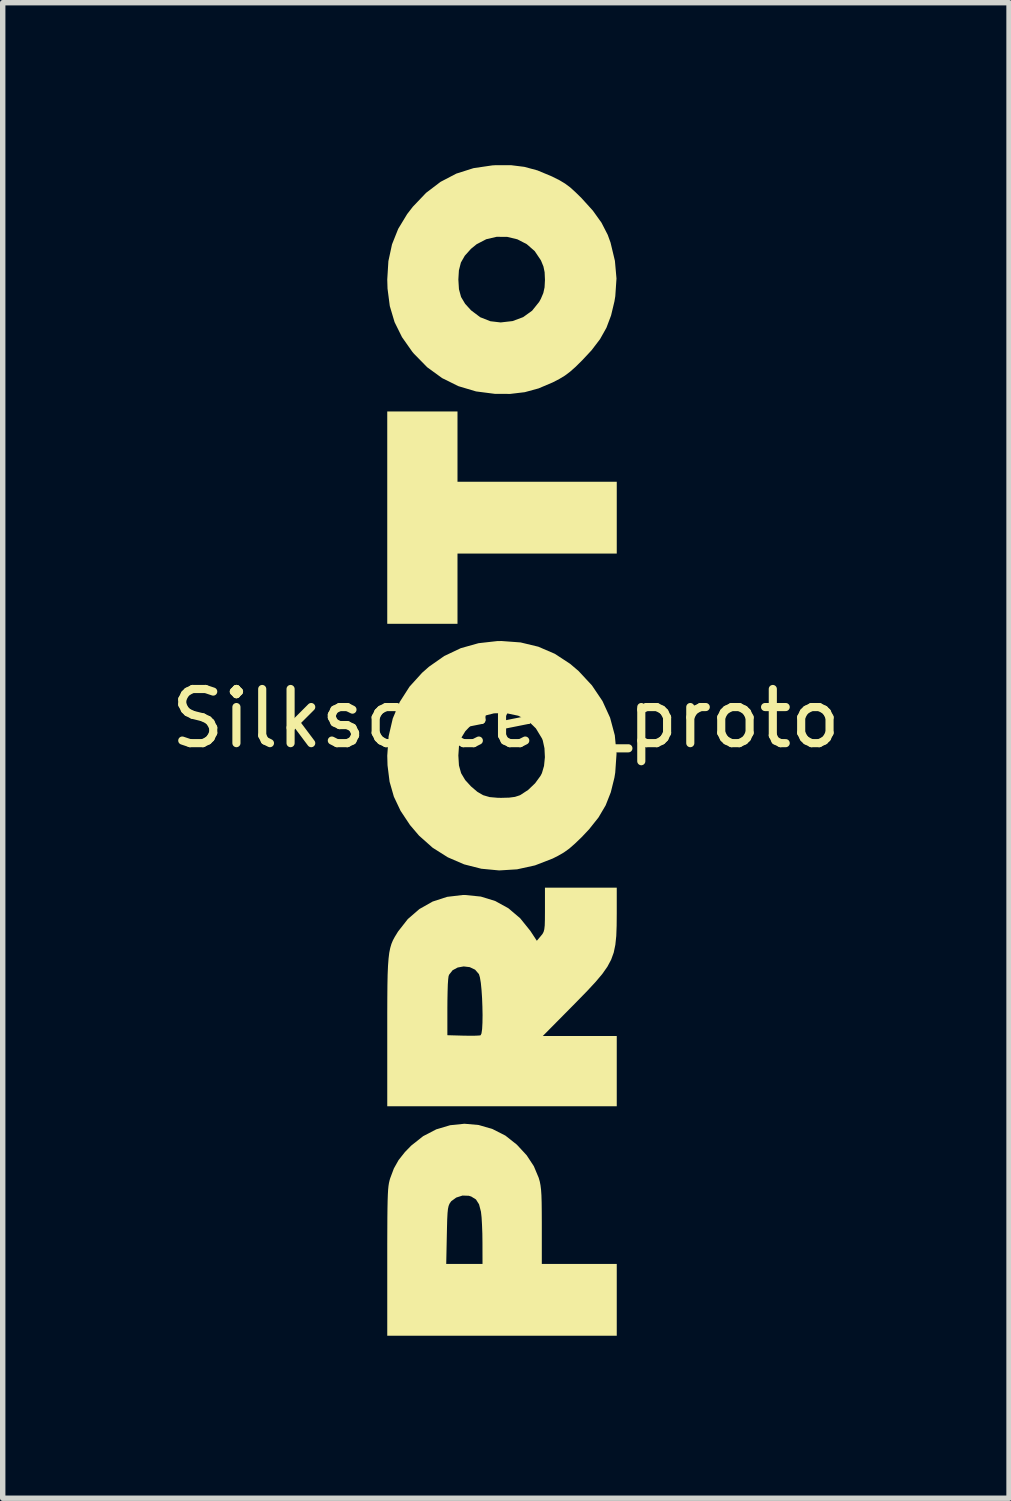
<source format=kicad_pcb>
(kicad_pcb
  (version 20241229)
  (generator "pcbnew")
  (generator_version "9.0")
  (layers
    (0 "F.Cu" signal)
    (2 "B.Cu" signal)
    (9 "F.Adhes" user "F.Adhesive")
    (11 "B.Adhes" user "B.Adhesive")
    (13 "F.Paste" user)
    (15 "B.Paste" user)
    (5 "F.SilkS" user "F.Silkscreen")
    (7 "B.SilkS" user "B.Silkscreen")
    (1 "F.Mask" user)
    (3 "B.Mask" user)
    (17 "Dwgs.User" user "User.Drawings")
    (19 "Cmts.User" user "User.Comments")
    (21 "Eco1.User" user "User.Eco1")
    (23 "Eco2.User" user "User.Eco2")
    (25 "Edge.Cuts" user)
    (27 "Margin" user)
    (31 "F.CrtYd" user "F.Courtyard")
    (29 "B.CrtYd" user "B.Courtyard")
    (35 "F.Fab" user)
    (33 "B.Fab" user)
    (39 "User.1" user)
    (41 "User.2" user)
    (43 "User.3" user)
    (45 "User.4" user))
  (footprint "Silkscreen_proto"
    (layer "F.Cu")
    (at 6.292 10.718)
    (property "Reference" "Silkscreen_proto" (at 0 -0.5 0) (unlocked yes) (layer "F.SilkS") (effects (font (size 1 1) (thickness 0.15))))
    (fp_poly (pts (xy -0.894 -6.17) (xy -0.894 -4.872) (xy 2.047 -4.872) (xy 2.047 -3.546) (xy -0.894 -3.546) (xy -0.894 -2.249) (xy -2.191 -2.249) (xy -2.191 -6.17)) (stroke (width 0) (type solid)) (fill yes) (layer "F.SilkS"))
    (fp_poly (pts (xy -2.191 9.212) (xy -2.19 8.945) (xy -2.189 8.724) (xy -2.187 8.545) (xy -2.184 8.401) (xy -2.18 8.288) (xy -2.175 8.2) (xy -2.168 8.131) (xy -2.159 8.075) (xy -2.148 8.028) (xy -2.137 7.99) (xy -2.069 7.809) (xy -1.982 7.654) (xy -1.864 7.505) (xy -1.749 7.387) (xy -1.528 7.212) (xy -1.285 7.086) (xy -1.029 7.01) (xy -0.766 6.983) (xy -0.504 7.006) (xy -0.249 7.08) (xy -0.009 7.202) (xy 0.202 7.369) (xy 0.384 7.566) (xy 0.516 7.767) (xy 0.606 7.982) (xy 0.608 7.989) (xy 0.626 8.052) (xy 0.639 8.12) (xy 0.649 8.201) (xy 0.656 8.303) (xy 0.66 8.436) (xy 0.662 8.609) (xy 0.663 8.829) (xy 0.663 8.868) (xy 0.663 9.572) (xy 2.047 9.572) (xy 2.047 10.898) (xy -0.432 10.898) (xy -0.432 9.572) (xy -0.433 9.175) (xy -0.435 9.012) (xy -0.441 8.852) (xy -0.449 8.713) (xy -0.46 8.613) (xy -0.461 8.606) (xy -0.496 8.471) (xy -0.553 8.381) (xy -0.64 8.327) (xy -0.685 8.313) (xy -0.801 8.309) (xy -0.917 8.346) (xy -1.009 8.413) (xy -1.02 8.428) (xy -1.042 8.461) (xy -1.058 8.501) (xy -1.07 8.556) (xy -1.078 8.635) (xy -1.084 8.748) (xy -1.088 8.903) (xy -1.091 9.04) (xy -1.102 9.572) (xy -0.432 9.572) (xy -0.432 10.898) (xy -2.191 10.898) (xy -2.191 9.531)) (stroke (width 0) (type solid)) (fill yes) (layer "F.SilkS"))
    (fp_poly (pts (xy -2.191 4.954) (xy -2.19 4.668) (xy -2.188 4.428) (xy -2.184 4.229) (xy -2.177 4.066) (xy -2.167 3.934) (xy -2.154 3.826) (xy -2.136 3.737) (xy -2.114 3.662) (xy -2.086 3.595) (xy -2.052 3.532) (xy -2.011 3.465) (xy -1.992 3.434) (xy -1.811 3.203) (xy -1.597 3.018) (xy -1.353 2.88) (xy -1.085 2.793) (xy -0.797 2.759) (xy -0.75 2.759) (xy -0.463 2.788) (xy -0.197 2.87) (xy 0.046 3.004) (xy 0.263 3.188) (xy 0.451 3.421) (xy 0.462 3.438) (xy 0.571 3.604) (xy 0.646 3.515) (xy 0.676 3.478) (xy 0.696 3.44) (xy 0.709 3.392) (xy 0.717 3.321) (xy 0.72 3.218) (xy 0.721 3.071) (xy 0.721 3.025) (xy 0.721 2.624) (xy 2.047 2.624) (xy 2.047 3.098) (xy 2.045 3.325) (xy 2.038 3.515) (xy 2.021 3.678) (xy 1.991 3.822) (xy 1.943 3.954) (xy 1.874 4.083) (xy 1.78 4.217) (xy 1.657 4.363) (xy 1.501 4.531) (xy 1.308 4.729) (xy 1.245 4.793) (xy 0.681 5.363) (xy 2.047 5.363) (xy 2.047 6.66) (xy -0.669 6.66) (xy -0.669 5.358) (xy -0.561 5.357) (xy -0.488 5.353) (xy -0.467 5.349) (xy -0.451 5.315) (xy -0.439 5.234) (xy -0.433 5.117) (xy -0.431 4.976) (xy -0.434 4.821) (xy -0.44 4.663) (xy -0.45 4.513) (xy -0.463 4.382) (xy -0.48 4.28) (xy -0.498 4.22) (xy -0.569 4.138) (xy -0.668 4.091) (xy -0.78 4.078) (xy -0.891 4.098) (xy -0.985 4.149) (xy -1.049 4.231) (xy -1.059 4.26) (xy -1.066 4.314) (xy -1.073 4.415) (xy -1.077 4.551) (xy -1.08 4.71) (xy -1.081 4.844) (xy -1.081 5.348) (xy -0.795 5.356) (xy -0.669 5.358) (xy -0.669 6.66) (xy -2.191 6.66) (xy -2.191 5.293)) (stroke (width 0) (type solid)) (fill yes) (layer "F.SilkS"))
    (fp_poly (pts (xy -2.166 -0.17) (xy -2.089 -0.501) (xy -1.96 -0.807) (xy -1.78 -1.088) (xy -1.547 -1.345) (xy -1.42 -1.457) (xy -1.139 -1.654) (xy -0.833 -1.799) (xy -0.505 -1.891) (xy -0.159 -1.93) (xy -0.081 -1.931) (xy 0.271 -1.905) (xy 0.599 -1.826) (xy 0.903 -1.695) (xy 1.186 -1.51) (xy 1.342 -1.377) (xy 1.589 -1.111) (xy 1.783 -0.823) (xy 1.924 -0.515) (xy 2.011 -0.19) (xy 2.043 0.149) (xy 2.019 0.498) (xy 2.004 0.591) (xy 1.937 0.862) (xy 1.842 1.103) (xy 1.71 1.327) (xy 1.535 1.547) (xy 1.399 1.691) (xy 1.273 1.812) (xy 1.17 1.902) (xy 1.071 1.973) (xy 0.962 2.036) (xy 0.863 2.086) (xy 0.538 2.212) (xy 0.206 2.285) (xy -0.086 2.303) (xy -0.086 0.965) (xy 0.06 0.961) (xy 0.167 0.947) (xy 0.253 0.919) (xy 0.273 0.909) (xy 0.41 0.819) (xy 0.539 0.696) (xy 0.639 0.559) (xy 0.665 0.509) (xy 0.704 0.375) (xy 0.72 0.214) (xy 0.712 0.049) (xy 0.681 -0.094) (xy 0.667 -0.13) (xy 0.554 -0.317) (xy 0.409 -0.458) (xy 0.23 -0.551) (xy 0.018 -0.596) (xy -0.018 -0.599) (xy -0.219 -0.596) (xy -0.388 -0.553) (xy -0.541 -0.465) (xy -0.628 -0.393) (xy -0.749 -0.266) (xy -0.826 -0.14) (xy -0.866 0.003) (xy -0.878 0.18) (xy -0.878 0.187) (xy -0.867 0.367) (xy -0.827 0.51) (xy -0.752 0.636) (xy -0.644 0.754) (xy -0.528 0.853) (xy -0.42 0.916) (xy -0.3 0.951) (xy -0.15 0.964) (xy -0.086 0.965) (xy -0.086 2.303) (xy -0.126 2.305) (xy -0.454 2.274) (xy -0.772 2.193) (xy -1.073 2.063) (xy -1.353 1.886) (xy -1.604 1.663) (xy -1.771 1.467) (xy -1.945 1.205) (xy -2.069 0.943) (xy -2.148 0.667) (xy -2.186 0.364) (xy -2.191 0.187)) (stroke (width 0) (type solid)) (fill yes) (layer "F.SilkS"))
    (fp_poly (pts (xy -2.17 -8.946) (xy -2.103 -9.256) (xy -1.989 -9.542) (xy -1.824 -9.814) (xy -1.719 -9.95) (xy -1.474 -10.207) (xy -1.207 -10.41) (xy -0.916 -10.562) (xy -0.598 -10.663) (xy -0.251 -10.714) (xy -0.184 -10.718) (xy 0.092 -10.718) (xy 0.34 -10.687) (xy 0.581 -10.622) (xy 0.836 -10.516) (xy 0.864 -10.503) (xy 0.991 -10.439) (xy 1.094 -10.377) (xy 1.189 -10.306) (xy 1.291 -10.213) (xy 1.397 -10.109) (xy 1.606 -9.878) (xy 1.765 -9.656) (xy 1.88 -9.432) (xy 1.932 -9.289) (xy 2.013 -8.951) (xy 2.042 -8.625) (xy 2.02 -8.299) (xy 2.004 -8.202) (xy 1.942 -7.943) (xy 1.856 -7.715) (xy 1.738 -7.505) (xy 1.581 -7.299) (xy 1.413 -7.119) (xy 1.288 -6.995) (xy 1.184 -6.903) (xy 1.089 -6.832) (xy 0.985 -6.769) (xy 0.865 -6.707) (xy 0.604 -6.596) (xy 0.348 -6.526) (xy 0.079 -6.494) (xy -0.097 -6.495) (xy -0.097 -7.814) (xy 0.123 -7.839) (xy 0.319 -7.912) (xy 0.484 -8.031) (xy 0.614 -8.193) (xy 0.646 -8.251) (xy 0.691 -8.357) (xy 0.714 -8.462) (xy 0.721 -8.594) (xy 0.721 -8.606) (xy 0.715 -8.741) (xy 0.693 -8.847) (xy 0.65 -8.952) (xy 0.646 -8.961) (xy 0.532 -9.131) (xy 0.384 -9.26) (xy 0.211 -9.349) (xy 0.023 -9.394) (xy -0.171 -9.395) (xy -0.362 -9.351) (xy -0.541 -9.258) (xy -0.644 -9.174) (xy -0.759 -9.046) (xy -0.831 -8.92) (xy -0.868 -8.775) (xy -0.878 -8.606) (xy -0.867 -8.427) (xy -0.828 -8.284) (xy -0.753 -8.158) (xy -0.644 -8.038) (xy -0.474 -7.91) (xy -0.286 -7.836) (xy -0.097 -7.814) (xy -0.097 -6.495) (xy -0.202 -6.495) (xy -0.551 -6.54) (xy -0.877 -6.637) (xy -1.178 -6.786) (xy -1.453 -6.986) (xy -1.699 -7.237) (xy -1.73 -7.274) (xy -1.919 -7.543) (xy -2.056 -7.82) (xy -2.144 -8.116) (xy -2.186 -8.439) (xy -2.191 -8.606)) (stroke (width 0) (type solid)) (fill yes) (layer "F.SilkS")))
  (gr_rect
    (start -3 -3)
    (end 15.583 24.616)
    (stroke (width 0.1) (type default))
    (fill no)
    (layer "Edge.Cuts")))
</source>
